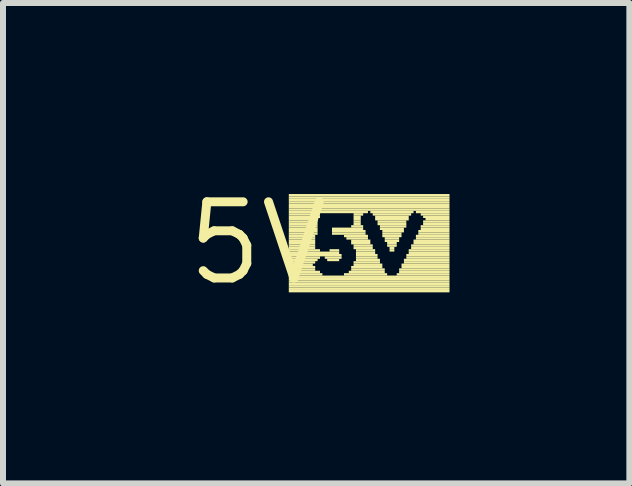
<source format=kicad_pcb>
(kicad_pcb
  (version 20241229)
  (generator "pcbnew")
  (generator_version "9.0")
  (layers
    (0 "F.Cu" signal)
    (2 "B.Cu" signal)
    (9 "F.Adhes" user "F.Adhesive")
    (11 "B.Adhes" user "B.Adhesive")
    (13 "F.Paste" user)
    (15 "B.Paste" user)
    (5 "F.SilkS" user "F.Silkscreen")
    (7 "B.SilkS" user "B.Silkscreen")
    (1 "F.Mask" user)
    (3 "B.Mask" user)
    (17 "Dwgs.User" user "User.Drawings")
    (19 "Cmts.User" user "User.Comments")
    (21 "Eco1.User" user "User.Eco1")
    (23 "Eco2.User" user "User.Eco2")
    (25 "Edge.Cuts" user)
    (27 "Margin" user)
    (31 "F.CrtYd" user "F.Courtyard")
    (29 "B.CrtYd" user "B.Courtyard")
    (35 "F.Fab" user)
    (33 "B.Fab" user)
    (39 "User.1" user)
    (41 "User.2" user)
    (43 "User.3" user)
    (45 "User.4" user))
  (footprint "5V"
    (layer "F.Cu")
    (at 1.247 1.006)
    (property "Reference" "5V" (at 0 0 0) (layer "F.SilkS") (effects (font (size 1.27 1.27) (thickness 0.15))))
    (fp_poly (pts (xy 0.52 -0.78) (xy 3.2 -0.78) (xy 3.2 -0.82) (xy 0.52 -0.82)) (stroke (width 0) (type solid)) (fill yes) (layer "F.SilkS"))
    (fp_poly (pts (xy 0.52 -0.74) (xy 3.2 -0.74) (xy 3.2 -0.78) (xy 0.52 -0.78)) (stroke (width 0) (type solid)) (fill yes) (layer "F.SilkS"))
    (fp_poly (pts (xy 0.52 -0.7) (xy 3.2 -0.7) (xy 3.2 -0.74) (xy 0.52 -0.74)) (stroke (width 0) (type solid)) (fill yes) (layer "F.SilkS"))
    (fp_poly (pts (xy 0.52 -0.66) (xy 3.2 -0.66) (xy 3.2 -0.7) (xy 0.52 -0.7)) (stroke (width 0) (type solid)) (fill yes) (layer "F.SilkS"))
    (fp_poly (pts (xy 0.52 -0.62) (xy 3.2 -0.62) (xy 3.2 -0.66) (xy 0.52 -0.66)) (stroke (width 0) (type solid)) (fill yes) (layer "F.SilkS"))
    (fp_poly (pts (xy 0.52 -0.58) (xy 3.2 -0.58) (xy 3.2 -0.62) (xy 0.52 -0.62)) (stroke (width 0) (type solid)) (fill yes) (layer "F.SilkS"))
    (fp_poly (pts (xy 0.52 -0.54) (xy 3.2 -0.54) (xy 3.2 -0.58) (xy 0.52 -0.58)) (stroke (width 0) (type solid)) (fill yes) (layer "F.SilkS"))
    (fp_poly (pts (xy 0.52 -0.5) (xy 1.84 -0.5) (xy 1.84 -0.54) (xy 0.52 -0.54)) (stroke (width 0) (type solid)) (fill yes) (layer "F.SilkS"))
    (fp_poly (pts (xy 0.52 -0.46) (xy 1.04 -0.46) (xy 1.04 -0.5) (xy 0.52 -0.5)) (stroke (width 0) (type solid)) (fill yes) (layer "F.SilkS"))
    (fp_poly (pts (xy 0.52 -0.42) (xy 1.04 -0.42) (xy 1.04 -0.46) (xy 0.52 -0.46)) (stroke (width 0) (type solid)) (fill yes) (layer "F.SilkS"))
    (fp_poly (pts (xy 0.52 -0.38) (xy 1 -0.38) (xy 1 -0.42) (xy 0.52 -0.42)) (stroke (width 0) (type solid)) (fill yes) (layer "F.SilkS"))
    (fp_poly (pts (xy 0.52 -0.34) (xy 1 -0.34) (xy 1 -0.38) (xy 0.52 -0.38)) (stroke (width 0) (type solid)) (fill yes) (layer "F.SilkS"))
    (fp_poly (pts (xy 0.52 -0.3) (xy 1 -0.3) (xy 1 -0.34) (xy 0.52 -0.34)) (stroke (width 0) (type solid)) (fill yes) (layer "F.SilkS"))
    (fp_poly (pts (xy 0.52 -0.26) (xy 1 -0.26) (xy 1 -0.3) (xy 0.52 -0.3)) (stroke (width 0) (type solid)) (fill yes) (layer "F.SilkS"))
    (fp_poly (pts (xy 0.52 -0.22) (xy 1 -0.22) (xy 1 -0.26) (xy 0.52 -0.26)) (stroke (width 0) (type solid)) (fill yes) (layer "F.SilkS"))
    (fp_poly (pts (xy 0.52 -0.18) (xy 1 -0.18) (xy 1 -0.22) (xy 0.52 -0.22)) (stroke (width 0) (type solid)) (fill yes) (layer "F.SilkS"))
    (fp_poly (pts (xy 0.52 -0.14) (xy 1 -0.14) (xy 1 -0.18) (xy 0.52 -0.18)) (stroke (width 0) (type solid)) (fill yes) (layer "F.SilkS"))
    (fp_poly (pts (xy 0.52 -0.1) (xy 0.96 -0.1) (xy 0.96 -0.14) (xy 0.52 -0.14)) (stroke (width 0) (type solid)) (fill yes) (layer "F.SilkS"))
    (fp_poly (pts (xy 0.52 -0.06) (xy 0.96 -0.06) (xy 0.96 -0.1) (xy 0.52 -0.1)) (stroke (width 0) (type solid)) (fill yes) (layer "F.SilkS"))
    (fp_poly (pts (xy 0.52 -0.02) (xy 0.96 -0.02) (xy 0.96 -0.06) (xy 0.52 -0.06)) (stroke (width 0) (type solid)) (fill yes) (layer "F.SilkS"))
    (fp_poly (pts (xy 0.52 0.02) (xy 0.96 0.02) (xy 0.96 -0.02) (xy 0.52 -0.02)) (stroke (width 0) (type solid)) (fill yes) (layer "F.SilkS"))
    (fp_poly (pts (xy 0.52 0.06) (xy 0.96 0.06) (xy 0.96 0.02) (xy 0.52 0.02)) (stroke (width 0) (type solid)) (fill yes) (layer "F.SilkS"))
    (fp_poly (pts (xy 0.52 0.1) (xy 0.96 0.1) (xy 0.96 0.06) (xy 0.52 0.06)) (stroke (width 0) (type solid)) (fill yes) (layer "F.SilkS"))
    (fp_poly (pts (xy 0.52 0.14) (xy 1.04 0.14) (xy 1.04 0.1) (xy 0.52 0.1)) (stroke (width 0) (type solid)) (fill yes) (layer "F.SilkS"))
    (fp_poly (pts (xy 0.52 0.18) (xy 1.36 0.18) (xy 1.36 0.14) (xy 0.52 0.14)) (stroke (width 0) (type solid)) (fill yes) (layer "F.SilkS"))
    (fp_poly (pts (xy 0.52 0.22) (xy 1.4 0.22) (xy 1.4 0.18) (xy 0.52 0.18)) (stroke (width 0) (type solid)) (fill yes) (layer "F.SilkS"))
    (fp_poly (pts (xy 0.52 0.26) (xy 1.04 0.26) (xy 1.04 0.22) (xy 0.52 0.22)) (stroke (width 0) (type solid)) (fill yes) (layer "F.SilkS"))
    (fp_poly (pts (xy 0.52 0.3) (xy 1 0.3) (xy 1 0.26) (xy 0.52 0.26)) (stroke (width 0) (type solid)) (fill yes) (layer "F.SilkS"))
    (fp_poly (pts (xy 0.52 0.34) (xy 0.96 0.34) (xy 0.96 0.3) (xy 0.52 0.3)) (stroke (width 0) (type solid)) (fill yes) (layer "F.SilkS"))
    (fp_poly (pts (xy 0.52 0.38) (xy 0.92 0.38) (xy 0.92 0.34) (xy 0.52 0.34)) (stroke (width 0) (type solid)) (fill yes) (layer "F.SilkS"))
    (fp_poly (pts (xy 0.52 0.42) (xy 0.96 0.42) (xy 0.96 0.38) (xy 0.52 0.38)) (stroke (width 0) (type solid)) (fill yes) (layer "F.SilkS"))
    (fp_poly (pts (xy 0.52 0.46) (xy 0.96 0.46) (xy 0.96 0.42) (xy 0.52 0.42)) (stroke (width 0) (type solid)) (fill yes) (layer "F.SilkS"))
    (fp_poly (pts (xy 0.52 0.5) (xy 1.04 0.5) (xy 1.04 0.46) (xy 0.52 0.46)) (stroke (width 0) (type solid)) (fill yes) (layer "F.SilkS"))
    (fp_poly (pts (xy 0.52 0.54) (xy 1.08 0.54) (xy 1.08 0.5) (xy 0.52 0.5)) (stroke (width 0) (type solid)) (fill yes) (layer "F.SilkS"))
    (fp_poly (pts (xy 0.52 0.58) (xy 3.2 0.58) (xy 3.2 0.54) (xy 0.52 0.54)) (stroke (width 0) (type solid)) (fill yes) (layer "F.SilkS"))
    (fp_poly (pts (xy 0.52 0.62) (xy 3.2 0.62) (xy 3.2 0.58) (xy 0.52 0.58)) (stroke (width 0) (type solid)) (fill yes) (layer "F.SilkS"))
    (fp_poly (pts (xy 0.52 0.66) (xy 3.2 0.66) (xy 3.2 0.62) (xy 0.52 0.62)) (stroke (width 0) (type solid)) (fill yes) (layer "F.SilkS"))
    (fp_poly (pts (xy 0.52 0.7) (xy 3.2 0.7) (xy 3.2 0.66) (xy 0.52 0.66)) (stroke (width 0) (type solid)) (fill yes) (layer "F.SilkS"))
    (fp_poly (pts (xy 0.52 0.74) (xy 3.2 0.74) (xy 3.2 0.7) (xy 0.52 0.7)) (stroke (width 0) (type solid)) (fill yes) (layer "F.SilkS"))
    (fp_poly (pts (xy 0.52 0.78) (xy 3.2 0.78) (xy 3.2 0.74) (xy 0.52 0.74)) (stroke (width 0) (type solid)) (fill yes) (layer "F.SilkS"))
    (fp_poly (pts (xy 0.52 0.82) (xy 3.2 0.82) (xy 3.2 0.78) (xy 0.52 0.78)) (stroke (width 0) (type solid)) (fill yes) (layer "F.SilkS"))
    (fp_poly (pts (xy 1.12 0.26) (xy 1.4 0.26) (xy 1.4 0.22) (xy 1.12 0.22)) (stroke (width 0) (type solid)) (fill yes) (layer "F.SilkS"))
    (fp_poly (pts (xy 1.16 0.3) (xy 1.36 0.3) (xy 1.36 0.26) (xy 1.16 0.26)) (stroke (width 0) (type solid)) (fill yes) (layer "F.SilkS"))
    (fp_poly (pts (xy 1.2 0.14) (xy 1.36 0.14) (xy 1.36 0.1) (xy 1.2 0.1)) (stroke (width 0) (type solid)) (fill yes) (layer "F.SilkS"))
    (fp_poly (pts (xy 1.24 -0.22) (xy 1.76 -0.22) (xy 1.76 -0.26) (xy 1.24 -0.26)) (stroke (width 0) (type solid)) (fill yes) (layer "F.SilkS"))
    (fp_poly (pts (xy 1.24 -0.18) (xy 1.8 -0.18) (xy 1.8 -0.22) (xy 1.24 -0.22)) (stroke (width 0) (type solid)) (fill yes) (layer "F.SilkS"))
    (fp_poly (pts (xy 1.24 -0.14) (xy 1.8 -0.14) (xy 1.8 -0.18) (xy 1.24 -0.18)) (stroke (width 0) (type solid)) (fill yes) (layer "F.SilkS"))
    (fp_poly (pts (xy 1.44 -0.1) (xy 1.84 -0.1) (xy 1.84 -0.14) (xy 1.44 -0.14)) (stroke (width 0) (type solid)) (fill yes) (layer "F.SilkS"))
    (fp_poly (pts (xy 1.44 0.54) (xy 2.16 0.54) (xy 2.16 0.5) (xy 1.44 0.5)) (stroke (width 0) (type solid)) (fill yes) (layer "F.SilkS"))
    (fp_poly (pts (xy 1.48 -0.06) (xy 1.84 -0.06) (xy 1.84 -0.1) (xy 1.48 -0.1)) (stroke (width 0) (type solid)) (fill yes) (layer "F.SilkS"))
    (fp_poly (pts (xy 1.52 0.5) (xy 2.12 0.5) (xy 2.12 0.46) (xy 1.52 0.46)) (stroke (width 0) (type solid)) (fill yes) (layer "F.SilkS"))
    (fp_poly (pts (xy 1.56 -0.26) (xy 1.76 -0.26) (xy 1.76 -0.3) (xy 1.56 -0.3)) (stroke (width 0) (type solid)) (fill yes) (layer "F.SilkS"))
    (fp_poly (pts (xy 1.56 -0.02) (xy 1.88 -0.02) (xy 1.88 -0.06) (xy 1.56 -0.06)) (stroke (width 0) (type solid)) (fill yes) (layer "F.SilkS"))
    (fp_poly (pts (xy 1.56 0.02) (xy 1.88 0.02) (xy 1.88 -0.02) (xy 1.56 -0.02)) (stroke (width 0) (type solid)) (fill yes) (layer "F.SilkS"))
    (fp_poly (pts (xy 1.56 0.42) (xy 2.08 0.42) (xy 2.08 0.38) (xy 1.56 0.38)) (stroke (width 0) (type solid)) (fill yes) (layer "F.SilkS"))
    (fp_poly (pts (xy 1.56 0.46) (xy 2.12 0.46) (xy 2.12 0.42) (xy 1.56 0.42)) (stroke (width 0) (type solid)) (fill yes) (layer "F.SilkS"))
    (fp_poly (pts (xy 1.6 -0.46) (xy 1.76 -0.46) (xy 1.76 -0.5) (xy 1.6 -0.5)) (stroke (width 0) (type solid)) (fill yes) (layer "F.SilkS"))
    (fp_poly (pts (xy 1.6 -0.42) (xy 1.72 -0.42) (xy 1.72 -0.46) (xy 1.6 -0.46)) (stroke (width 0) (type solid)) (fill yes) (layer "F.SilkS"))
    (fp_poly (pts (xy 1.6 -0.38) (xy 1.72 -0.38) (xy 1.72 -0.42) (xy 1.6 -0.42)) (stroke (width 0) (type solid)) (fill yes) (layer "F.SilkS"))
    (fp_poly (pts (xy 1.6 -0.34) (xy 1.72 -0.34) (xy 1.72 -0.38) (xy 1.6 -0.38)) (stroke (width 0) (type solid)) (fill yes) (layer "F.SilkS"))
    (fp_poly (pts (xy 1.6 -0.3) (xy 1.72 -0.3) (xy 1.72 -0.34) (xy 1.6 -0.34)) (stroke (width 0) (type solid)) (fill yes) (layer "F.SilkS"))
    (fp_poly (pts (xy 1.6 0.06) (xy 1.92 0.06) (xy 1.92 0.02) (xy 1.6 0.02)) (stroke (width 0) (type solid)) (fill yes) (layer "F.SilkS"))
    (fp_poly (pts (xy 1.6 0.1) (xy 1.92 0.1) (xy 1.92 0.06) (xy 1.6 0.06)) (stroke (width 0) (type solid)) (fill yes) (layer "F.SilkS"))
    (fp_poly (pts (xy 1.6 0.34) (xy 2.04 0.34) (xy 2.04 0.3) (xy 1.6 0.3)) (stroke (width 0) (type solid)) (fill yes) (layer "F.SilkS"))
    (fp_poly (pts (xy 1.6 0.38) (xy 2.08 0.38) (xy 2.08 0.34) (xy 1.6 0.34)) (stroke (width 0) (type solid)) (fill yes) (layer "F.SilkS"))
    (fp_poly (pts (xy 1.64 0.14) (xy 1.96 0.14) (xy 1.96 0.1) (xy 1.64 0.1)) (stroke (width 0) (type solid)) (fill yes) (layer "F.SilkS"))
    (fp_poly (pts (xy 1.64 0.18) (xy 1.96 0.18) (xy 1.96 0.14) (xy 1.64 0.14)) (stroke (width 0) (type solid)) (fill yes) (layer "F.SilkS"))
    (fp_poly (pts (xy 1.64 0.22) (xy 2 0.22) (xy 2 0.18) (xy 1.64 0.18)) (stroke (width 0) (type solid)) (fill yes) (layer "F.SilkS"))
    (fp_poly (pts (xy 1.64 0.26) (xy 2 0.26) (xy 2 0.22) (xy 1.64 0.22)) (stroke (width 0) (type solid)) (fill yes) (layer "F.SilkS"))
    (fp_poly (pts (xy 1.64 0.3) (xy 2.04 0.3) (xy 2.04 0.26) (xy 1.64 0.26)) (stroke (width 0) (type solid)) (fill yes) (layer "F.SilkS"))
    (fp_poly (pts (xy 1.88 -0.5) (xy 2.6 -0.5) (xy 2.6 -0.54) (xy 1.88 -0.54)) (stroke (width 0) (type solid)) (fill yes) (layer "F.SilkS"))
    (fp_poly (pts (xy 1.92 -0.46) (xy 2.56 -0.46) (xy 2.56 -0.5) (xy 1.92 -0.5)) (stroke (width 0) (type solid)) (fill yes) (layer "F.SilkS"))
    (fp_poly (pts (xy 1.96 -0.42) (xy 2.52 -0.42) (xy 2.52 -0.46) (xy 1.96 -0.46)) (stroke (width 0) (type solid)) (fill yes) (layer "F.SilkS"))
    (fp_poly (pts (xy 1.96 -0.38) (xy 2.52 -0.38) (xy 2.52 -0.42) (xy 1.96 -0.42)) (stroke (width 0) (type solid)) (fill yes) (layer "F.SilkS"))
    (fp_poly (pts (xy 2 -0.34) (xy 2.48 -0.34) (xy 2.48 -0.38) (xy 2 -0.38)) (stroke (width 0) (type solid)) (fill yes) (layer "F.SilkS"))
    (fp_poly (pts (xy 2 -0.3) (xy 2.48 -0.3) (xy 2.48 -0.34) (xy 2 -0.34)) (stroke (width 0) (type solid)) (fill yes) (layer "F.SilkS"))
    (fp_poly (pts (xy 2.04 -0.26) (xy 2.48 -0.26) (xy 2.48 -0.3) (xy 2.04 -0.3)) (stroke (width 0) (type solid)) (fill yes) (layer "F.SilkS"))
    (fp_poly (pts (xy 2.04 -0.22) (xy 2.44 -0.22) (xy 2.44 -0.26) (xy 2.04 -0.26)) (stroke (width 0) (type solid)) (fill yes) (layer "F.SilkS"))
    (fp_poly (pts (xy 2.08 -0.18) (xy 2.44 -0.18) (xy 2.44 -0.22) (xy 2.08 -0.22)) (stroke (width 0) (type solid)) (fill yes) (layer "F.SilkS"))
    (fp_poly (pts (xy 2.08 -0.14) (xy 2.4 -0.14) (xy 2.4 -0.18) (xy 2.08 -0.18)) (stroke (width 0) (type solid)) (fill yes) (layer "F.SilkS"))
    (fp_poly (pts (xy 2.08 -0.1) (xy 2.4 -0.1) (xy 2.4 -0.14) (xy 2.08 -0.14)) (stroke (width 0) (type solid)) (fill yes) (layer "F.SilkS"))
    (fp_poly (pts (xy 2.12 -0.06) (xy 2.36 -0.06) (xy 2.36 -0.1) (xy 2.12 -0.1)) (stroke (width 0) (type solid)) (fill yes) (layer "F.SilkS"))
    (fp_poly (pts (xy 2.12 -0.02) (xy 2.36 -0.02) (xy 2.36 -0.06) (xy 2.12 -0.06)) (stroke (width 0) (type solid)) (fill yes) (layer "F.SilkS"))
    (fp_poly (pts (xy 2.16 0.02) (xy 2.32 0.02) (xy 2.32 -0.02) (xy 2.16 -0.02)) (stroke (width 0) (type solid)) (fill yes) (layer "F.SilkS"))
    (fp_poly (pts (xy 2.16 0.06) (xy 2.32 0.06) (xy 2.32 0.02) (xy 2.16 0.02)) (stroke (width 0) (type solid)) (fill yes) (layer "F.SilkS"))
    (fp_poly (pts (xy 2.2 0.1) (xy 2.28 0.1) (xy 2.28 0.06) (xy 2.2 0.06)) (stroke (width 0) (type solid)) (fill yes) (layer "F.SilkS"))
    (fp_poly (pts (xy 2.2 0.14) (xy 2.28 0.14) (xy 2.28 0.1) (xy 2.2 0.1)) (stroke (width 0) (type solid)) (fill yes) (layer "F.SilkS"))
    (fp_poly (pts (xy 2.32 0.54) (xy 3.2 0.54) (xy 3.2 0.5) (xy 2.32 0.5)) (stroke (width 0) (type solid)) (fill yes) (layer "F.SilkS"))
    (fp_poly (pts (xy 2.36 0.46) (xy 3.2 0.46) (xy 3.2 0.42) (xy 2.36 0.42)) (stroke (width 0) (type solid)) (fill yes) (layer "F.SilkS"))
    (fp_poly (pts (xy 2.36 0.5) (xy 3.2 0.5) (xy 3.2 0.46) (xy 2.36 0.46)) (stroke (width 0) (type solid)) (fill yes) (layer "F.SilkS"))
    (fp_poly (pts (xy 2.4 0.38) (xy 3.2 0.38) (xy 3.2 0.34) (xy 2.4 0.34)) (stroke (width 0) (type solid)) (fill yes) (layer "F.SilkS"))
    (fp_poly (pts (xy 2.4 0.42) (xy 3.2 0.42) (xy 3.2 0.38) (xy 2.4 0.38)) (stroke (width 0) (type solid)) (fill yes) (layer "F.SilkS"))
    (fp_poly (pts (xy 2.44 0.3) (xy 3.2 0.3) (xy 3.2 0.26) (xy 2.44 0.26)) (stroke (width 0) (type solid)) (fill yes) (layer "F.SilkS"))
    (fp_poly (pts (xy 2.44 0.34) (xy 3.2 0.34) (xy 3.2 0.3) (xy 2.44 0.3)) (stroke (width 0) (type solid)) (fill yes) (layer "F.SilkS"))
    (fp_poly (pts (xy 2.48 0.22) (xy 3.2 0.22) (xy 3.2 0.18) (xy 2.48 0.18)) (stroke (width 0) (type solid)) (fill yes) (layer "F.SilkS"))
    (fp_poly (pts (xy 2.48 0.26) (xy 3.2 0.26) (xy 3.2 0.22) (xy 2.48 0.22)) (stroke (width 0) (type solid)) (fill yes) (layer "F.SilkS"))
    (fp_poly (pts (xy 2.52 0.14) (xy 3.2 0.14) (xy 3.2 0.1) (xy 2.52 0.1)) (stroke (width 0) (type solid)) (fill yes) (layer "F.SilkS"))
    (fp_poly (pts (xy 2.52 0.18) (xy 3.2 0.18) (xy 3.2 0.14) (xy 2.52 0.14)) (stroke (width 0) (type solid)) (fill yes) (layer "F.SilkS"))
    (fp_poly (pts (xy 2.56 0.06) (xy 3.2 0.06) (xy 3.2 0.02) (xy 2.56 0.02)) (stroke (width 0) (type solid)) (fill yes) (layer "F.SilkS"))
    (fp_poly (pts (xy 2.56 0.1) (xy 3.2 0.1) (xy 3.2 0.06) (xy 2.56 0.06)) (stroke (width 0) (type solid)) (fill yes) (layer "F.SilkS"))
    (fp_poly (pts (xy 2.6 -0.02) (xy 3.2 -0.02) (xy 3.2 -0.06) (xy 2.6 -0.06)) (stroke (width 0) (type solid)) (fill yes) (layer "F.SilkS"))
    (fp_poly (pts (xy 2.6 0.02) (xy 3.2 0.02) (xy 3.2 -0.02) (xy 2.6 -0.02)) (stroke (width 0) (type solid)) (fill yes) (layer "F.SilkS"))
    (fp_poly (pts (xy 2.64 -0.5) (xy 3.2 -0.5) (xy 3.2 -0.54) (xy 2.64 -0.54)) (stroke (width 0) (type solid)) (fill yes) (layer "F.SilkS"))
    (fp_poly (pts (xy 2.64 -0.1) (xy 3.2 -0.1) (xy 3.2 -0.14) (xy 2.64 -0.14)) (stroke (width 0) (type solid)) (fill yes) (layer "F.SilkS"))
    (fp_poly (pts (xy 2.64 -0.06) (xy 3.2 -0.06) (xy 3.2 -0.1) (xy 2.64 -0.1)) (stroke (width 0) (type solid)) (fill yes) (layer "F.SilkS"))
    (fp_poly (pts (xy 2.68 -0.18) (xy 3.2 -0.18) (xy 3.2 -0.22) (xy 2.68 -0.22)) (stroke (width 0) (type solid)) (fill yes) (layer "F.SilkS"))
    (fp_poly (pts (xy 2.68 -0.14) (xy 3.2 -0.14) (xy 3.2 -0.18) (xy 2.68 -0.18)) (stroke (width 0) (type solid)) (fill yes) (layer "F.SilkS"))
    (fp_poly (pts (xy 2.72 -0.46) (xy 3.2 -0.46) (xy 3.2 -0.5) (xy 2.72 -0.5)) (stroke (width 0) (type solid)) (fill yes) (layer "F.SilkS"))
    (fp_poly (pts (xy 2.72 -0.26) (xy 3.2 -0.26) (xy 3.2 -0.3) (xy 2.72 -0.3)) (stroke (width 0) (type solid)) (fill yes) (layer "F.SilkS"))
    (fp_poly (pts (xy 2.72 -0.22) (xy 3.2 -0.22) (xy 3.2 -0.26) (xy 2.72 -0.26)) (stroke (width 0) (type solid)) (fill yes) (layer "F.SilkS"))
    (fp_poly (pts (xy 2.76 -0.42) (xy 3.2 -0.42) (xy 3.2 -0.46) (xy 2.76 -0.46)) (stroke (width 0) (type solid)) (fill yes) (layer "F.SilkS"))
    (fp_poly (pts (xy 2.76 -0.34) (xy 3.2 -0.34) (xy 3.2 -0.38) (xy 2.76 -0.38)) (stroke (width 0) (type solid)) (fill yes) (layer "F.SilkS"))
    (fp_poly (pts (xy 2.76 -0.3) (xy 3.2 -0.3) (xy 3.2 -0.34) (xy 2.76 -0.34)) (stroke (width 0) (type solid)) (fill yes) (layer "F.SilkS"))
    (fp_poly (pts (xy 2.8 -0.38) (xy 3.2 -0.38) (xy 3.2 -0.42) (xy 2.8 -0.42)) (stroke (width 0) (type solid)) (fill yes) (layer "F.SilkS")))
  (gr_rect
    (start -3 -3)
    (end 7.447 5.012)
    (stroke (width 0.1) (type default))
    (fill no)
    (layer "Edge.Cuts")))
</source>
